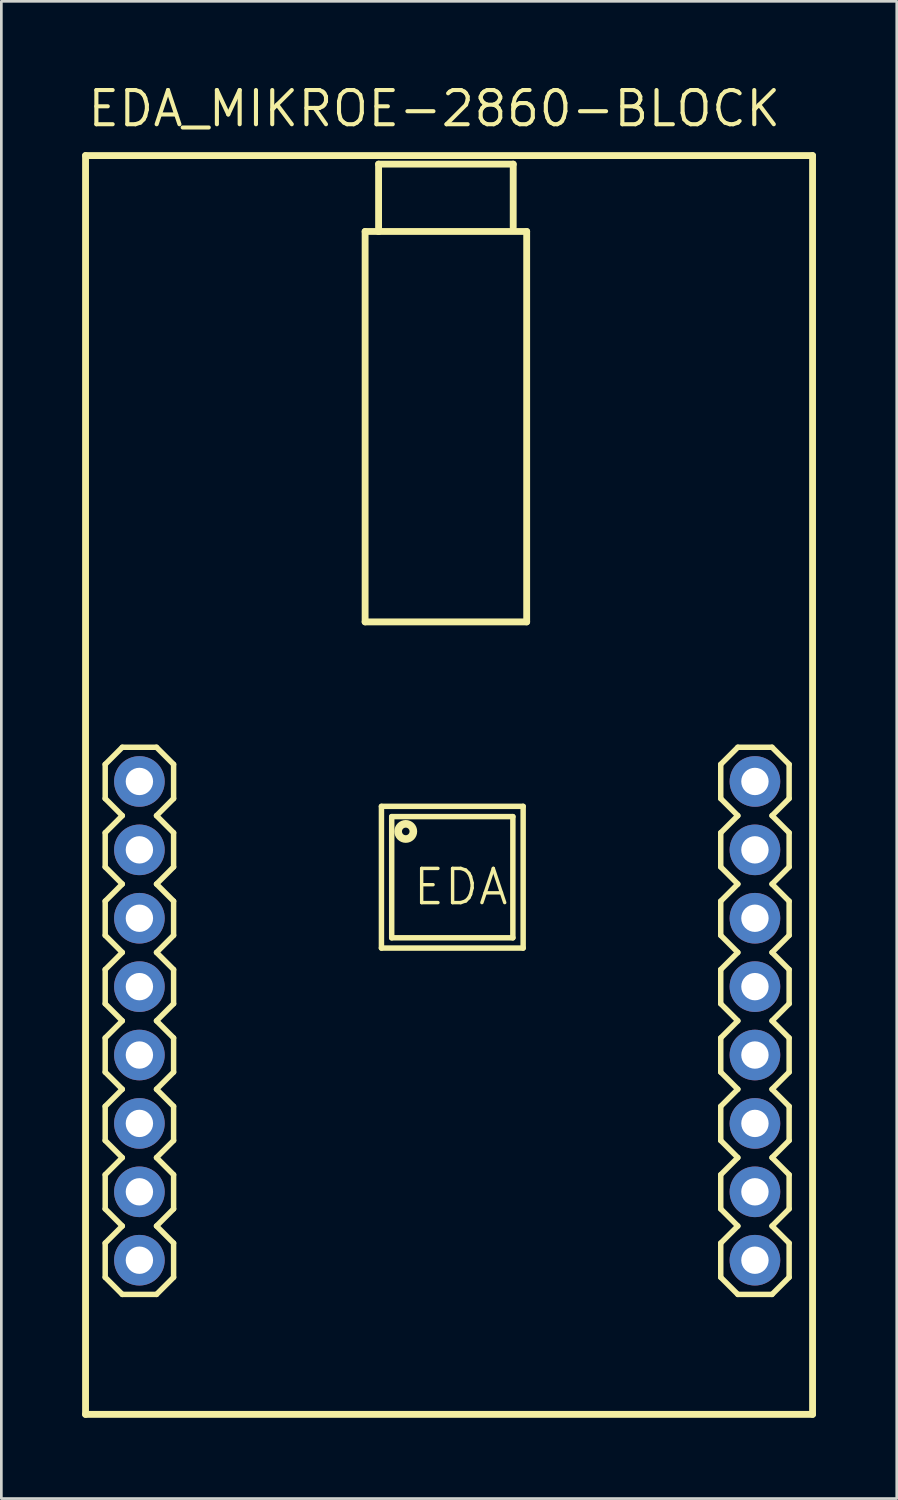
<source format=kicad_pcb>
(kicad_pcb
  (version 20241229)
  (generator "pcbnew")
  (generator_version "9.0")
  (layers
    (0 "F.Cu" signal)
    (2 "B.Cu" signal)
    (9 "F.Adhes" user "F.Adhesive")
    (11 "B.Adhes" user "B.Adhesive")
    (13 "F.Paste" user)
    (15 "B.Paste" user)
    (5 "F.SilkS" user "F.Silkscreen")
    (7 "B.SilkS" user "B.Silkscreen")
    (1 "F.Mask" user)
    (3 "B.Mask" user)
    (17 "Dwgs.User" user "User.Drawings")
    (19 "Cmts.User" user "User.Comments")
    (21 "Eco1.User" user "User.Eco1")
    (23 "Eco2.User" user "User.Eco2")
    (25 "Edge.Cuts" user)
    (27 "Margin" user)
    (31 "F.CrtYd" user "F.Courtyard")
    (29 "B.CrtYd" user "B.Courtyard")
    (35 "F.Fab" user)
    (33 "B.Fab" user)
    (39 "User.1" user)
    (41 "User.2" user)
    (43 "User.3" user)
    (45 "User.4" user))
  (footprint "EDA_MIKROE-2860-BLOCK"
    (layer "F.Cu")
    (at 2.127 43.727)
    (property "Reference" "EDA_MIKROE-2860-BLOCK" (at -2 -42 0) (layer "F.SilkS") (effects (font (size 1.27 1.27) (thickness 0.152)) (justify left bottom)))
    (attr through_hole)
    (fp_line (start -2 5.75) (end -2 -41) (stroke (width 0.254) (type solid)) (layer "F.SilkS"))
    (fp_line (start -2 5.75) (end 25 5.75) (stroke (width 0.254) (type solid)) (layer "F.SilkS"))
    (fp_line (start -1.27 -18.39) (end -0.635 -19.025) (stroke (width 0.203) (type solid)) (layer "F.SilkS"))
    (fp_line (start -1.27 -17.12) (end -1.27 -18.39) (stroke (width 0.203) (type solid)) (layer "F.SilkS"))
    (fp_line (start -1.27 -15.85) (end -0.635 -16.485) (stroke (width 0.203) (type solid)) (layer "F.SilkS"))
    (fp_line (start -1.27 -14.58) (end -1.27 -15.85) (stroke (width 0.203) (type solid)) (layer "F.SilkS"))
    (fp_line (start -1.27 -13.31) (end -0.635 -13.945) (stroke (width 0.203) (type solid)) (layer "F.SilkS"))
    (fp_line (start -1.27 -12.04) (end -1.27 -13.31) (stroke (width 0.203) (type solid)) (layer "F.SilkS"))
    (fp_line (start -1.27 -12.04) (end -0.635 -11.405) (stroke (width 0.203) (type solid)) (layer "F.SilkS"))
    (fp_line (start -1.27 -10.77) (end -0.635 -11.405) (stroke (width 0.203) (type solid)) (layer "F.SilkS"))
    (fp_line (start -1.27 -9.5) (end -1.27 -10.77) (stroke (width 0.203) (type solid)) (layer "F.SilkS"))
    (fp_line (start -1.27 -8.23) (end -0.635 -8.865) (stroke (width 0.203) (type solid)) (layer "F.SilkS"))
    (fp_line (start -1.27 -6.96) (end -1.27 -8.23) (stroke (width 0.203) (type solid)) (layer "F.SilkS"))
    (fp_line (start -1.27 -5.69) (end -0.635 -6.325) (stroke (width 0.203) (type solid)) (layer "F.SilkS"))
    (fp_line (start -1.27 -4.42) (end -1.27 -5.69) (stroke (width 0.203) (type solid)) (layer "F.SilkS"))
    (fp_line (start -1.27 -4.42) (end -0.635 -3.785) (stroke (width 0.203) (type solid)) (layer "F.SilkS"))
    (fp_line (start -1.27 -3.15) (end -0.635 -3.785) (stroke (width 0.203) (type solid)) (layer "F.SilkS"))
    (fp_line (start -1.27 -1.88) (end -1.27 -3.15) (stroke (width 0.203) (type solid)) (layer "F.SilkS"))
    (fp_line (start -1.27 -0.61) (end -0.635 -1.245) (stroke (width 0.203) (type solid)) (layer "F.SilkS"))
    (fp_line (start -1.27 0.66) (end -1.27 -0.61) (stroke (width 0.203) (type solid)) (layer "F.SilkS"))
    (fp_line (start -1.27 0.66) (end -0.635 1.295) (stroke (width 0.203) (type solid)) (layer "F.SilkS"))
    (fp_line (start -0.635 -19.025) (end 0.635 -19.025) (stroke (width 0.203) (type solid)) (layer "F.SilkS"))
    (fp_line (start -0.635 -16.485) (end -1.27 -17.12) (stroke (width 0.203) (type solid)) (layer "F.SilkS"))
    (fp_line (start -0.635 -13.945) (end -1.27 -14.58) (stroke (width 0.203) (type solid)) (layer "F.SilkS"))
    (fp_line (start -0.635 -8.865) (end -1.27 -9.5) (stroke (width 0.203) (type solid)) (layer "F.SilkS"))
    (fp_line (start -0.635 -6.325) (end -1.27 -6.96) (stroke (width 0.203) (type solid)) (layer "F.SilkS"))
    (fp_line (start -0.635 -1.245) (end -1.27 -1.88) (stroke (width 0.203) (type solid)) (layer "F.SilkS"))
    (fp_line (start -0.635 1.295) (end 0.635 1.295) (stroke (width 0.203) (type solid)) (layer "F.SilkS"))
    (fp_line (start 0.635 -19.025) (end 1.27 -18.39) (stroke (width 0.203) (type solid)) (layer "F.SilkS"))
    (fp_line (start 0.635 -16.485) (end 1.27 -15.85) (stroke (width 0.203) (type solid)) (layer "F.SilkS"))
    (fp_line (start 0.635 -13.945) (end 1.27 -13.31) (stroke (width 0.203) (type solid)) (layer "F.SilkS"))
    (fp_line (start 0.635 -11.405) (end 1.27 -12.04) (stroke (width 0.203) (type solid)) (layer "F.SilkS"))
    (fp_line (start 0.635 -11.405) (end 1.27 -10.77) (stroke (width 0.203) (type solid)) (layer "F.SilkS"))
    (fp_line (start 0.635 -8.865) (end 1.27 -8.23) (stroke (width 0.203) (type solid)) (layer "F.SilkS"))
    (fp_line (start 0.635 -6.325) (end 1.27 -5.69) (stroke (width 0.203) (type solid)) (layer "F.SilkS"))
    (fp_line (start 0.635 -3.785) (end 1.27 -4.42) (stroke (width 0.203) (type solid)) (layer "F.SilkS"))
    (fp_line (start 0.635 -3.785) (end 1.27 -3.15) (stroke (width 0.203) (type solid)) (layer "F.SilkS"))
    (fp_line (start 0.635 -1.245) (end 1.27 -0.61) (stroke (width 0.203) (type solid)) (layer "F.SilkS"))
    (fp_line (start 0.635 1.295) (end 1.27 0.66) (stroke (width 0.203) (type solid)) (layer "F.SilkS"))
    (fp_line (start 1.27 -18.39) (end 1.27 -17.12) (stroke (width 0.203) (type solid)) (layer "F.SilkS"))
    (fp_line (start 1.27 -17.12) (end 0.635 -16.485) (stroke (width 0.203) (type solid)) (layer "F.SilkS"))
    (fp_line (start 1.27 -15.85) (end 1.27 -14.58) (stroke (width 0.203) (type solid)) (layer "F.SilkS"))
    (fp_line (start 1.27 -14.58) (end 0.635 -13.945) (stroke (width 0.203) (type solid)) (layer "F.SilkS"))
    (fp_line (start 1.27 -13.31) (end 1.27 -12.04) (stroke (width 0.203) (type solid)) (layer "F.SilkS"))
    (fp_line (start 1.27 -10.77) (end 1.27 -9.5) (stroke (width 0.203) (type solid)) (layer "F.SilkS"))
    (fp_line (start 1.27 -9.5) (end 0.635 -8.865) (stroke (width 0.203) (type solid)) (layer "F.SilkS"))
    (fp_line (start 1.27 -8.23) (end 1.27 -6.96) (stroke (width 0.203) (type solid)) (layer "F.SilkS"))
    (fp_line (start 1.27 -6.96) (end 0.635 -6.325) (stroke (width 0.203) (type solid)) (layer "F.SilkS"))
    (fp_line (start 1.27 -5.69) (end 1.27 -4.42) (stroke (width 0.203) (type solid)) (layer "F.SilkS"))
    (fp_line (start 1.27 -3.15) (end 1.27 -1.88) (stroke (width 0.203) (type solid)) (layer "F.SilkS"))
    (fp_line (start 1.27 -1.88) (end 0.635 -1.245) (stroke (width 0.203) (type solid)) (layer "F.SilkS"))
    (fp_line (start 1.27 -0.61) (end 1.27 0.66) (stroke (width 0.203) (type solid)) (layer "F.SilkS"))
    (fp_line (start 8.383 -23.681) (end 8.383 -38.181) (stroke (width 0.254) (type solid)) (layer "F.SilkS"))
    (fp_line (start 8.883 -40.681) (end 8.883 -38.181) (stroke (width 0.254) (type solid)) (layer "F.SilkS"))
    (fp_line (start 8.883 -38.181) (end 8.383 -38.181) (stroke (width 0.254) (type solid)) (layer "F.SilkS"))
    (fp_line (start 8.989 -16.83) (end 8.989 -11.568) (stroke (width 0.203) (type solid)) (layer "F.SilkS"))
    (fp_line (start 8.989 -11.568) (end 14.252 -11.568) (stroke (width 0.203) (type solid)) (layer "F.SilkS"))
    (fp_line (start 9.37 -16.449) (end 9.37 -11.949) (stroke (width 0.203) (type solid)) (layer "F.SilkS"))
    (fp_line (start 9.37 -11.949) (end 13.87 -11.949) (stroke (width 0.203) (type solid)) (layer "F.SilkS"))
    (fp_line (start 13.87 -16.449) (end 9.37 -16.449) (stroke (width 0.203) (type solid)) (layer "F.SilkS"))
    (fp_line (start 13.87 -11.949) (end 13.87 -16.449) (stroke (width 0.203) (type solid)) (layer "F.SilkS"))
    (fp_line (start 13.883 -40.681) (end 8.883 -40.681) (stroke (width 0.254) (type solid)) (layer "F.SilkS"))
    (fp_line (start 13.883 -38.333) (end 13.883 -40.681) (stroke (width 0.254) (type solid)) (layer "F.SilkS"))
    (fp_line (start 14.252 -16.83) (end 8.989 -16.83) (stroke (width 0.203) (type solid)) (layer "F.SilkS"))
    (fp_line (start 14.252 -11.568) (end 14.252 -16.83) (stroke (width 0.203) (type solid)) (layer "F.SilkS"))
    (fp_line (start 14.383 -38.181) (end 8.883 -38.181) (stroke (width 0.254) (type solid)) (layer "F.SilkS"))
    (fp_line (start 14.383 -23.681) (end 8.383 -23.681) (stroke (width 0.254) (type solid)) (layer "F.SilkS"))
    (fp_line (start 14.383 -23.681) (end 14.383 -38.181) (stroke (width 0.254) (type solid)) (layer "F.SilkS"))
    (fp_line (start 21.59 -18.39) (end 22.225 -19.025) (stroke (width 0.203) (type solid)) (layer "F.SilkS"))
    (fp_line (start 21.59 -17.12) (end 21.59 -18.39) (stroke (width 0.203) (type solid)) (layer "F.SilkS"))
    (fp_line (start 21.59 -15.85) (end 22.225 -16.485) (stroke (width 0.203) (type solid)) (layer "F.SilkS"))
    (fp_line (start 21.59 -14.58) (end 21.59 -15.85) (stroke (width 0.203) (type solid)) (layer "F.SilkS"))
    (fp_line (start 21.59 -13.31) (end 22.225 -13.945) (stroke (width 0.203) (type solid)) (layer "F.SilkS"))
    (fp_line (start 21.59 -12.04) (end 21.59 -13.31) (stroke (width 0.203) (type solid)) (layer "F.SilkS"))
    (fp_line (start 21.59 -12.04) (end 22.225 -11.405) (stroke (width 0.203) (type solid)) (layer "F.SilkS"))
    (fp_line (start 21.59 -10.77) (end 22.225 -11.405) (stroke (width 0.203) (type solid)) (layer "F.SilkS"))
    (fp_line (start 21.59 -9.5) (end 21.59 -10.77) (stroke (width 0.203) (type solid)) (layer "F.SilkS"))
    (fp_line (start 21.59 -8.23) (end 22.225 -8.865) (stroke (width 0.203) (type solid)) (layer "F.SilkS"))
    (fp_line (start 21.59 -6.96) (end 21.59 -8.23) (stroke (width 0.203) (type solid)) (layer "F.SilkS"))
    (fp_line (start 21.59 -5.69) (end 22.225 -6.325) (stroke (width 0.203) (type solid)) (layer "F.SilkS"))
    (fp_line (start 21.59 -4.42) (end 21.59 -5.69) (stroke (width 0.203) (type solid)) (layer "F.SilkS"))
    (fp_line (start 21.59 -4.42) (end 22.225 -3.785) (stroke (width 0.203) (type solid)) (layer "F.SilkS"))
    (fp_line (start 21.59 -3.15) (end 22.225 -3.785) (stroke (width 0.203) (type solid)) (layer "F.SilkS"))
    (fp_line (start 21.59 -1.88) (end 21.59 -3.15) (stroke (width 0.203) (type solid)) (layer "F.SilkS"))
    (fp_line (start 21.59 -0.61) (end 22.225 -1.245) (stroke (width 0.203) (type solid)) (layer "F.SilkS"))
    (fp_line (start 21.59 0.66) (end 21.59 -0.61) (stroke (width 0.203) (type solid)) (layer "F.SilkS"))
    (fp_line (start 21.59 0.66) (end 22.225 1.295) (stroke (width 0.203) (type solid)) (layer "F.SilkS"))
    (fp_line (start 22.225 -19.025) (end 23.495 -19.025) (stroke (width 0.203) (type solid)) (layer "F.SilkS"))
    (fp_line (start 22.225 -16.485) (end 21.59 -17.12) (stroke (width 0.203) (type solid)) (layer "F.SilkS"))
    (fp_line (start 22.225 -13.945) (end 21.59 -14.58) (stroke (width 0.203) (type solid)) (layer "F.SilkS"))
    (fp_line (start 22.225 -8.865) (end 21.59 -9.5) (stroke (width 0.203) (type solid)) (layer "F.SilkS"))
    (fp_line (start 22.225 -6.325) (end 21.59 -6.96) (stroke (width 0.203) (type solid)) (layer "F.SilkS"))
    (fp_line (start 22.225 -1.245) (end 21.59 -1.88) (stroke (width 0.203) (type solid)) (layer "F.SilkS"))
    (fp_line (start 22.225 1.295) (end 23.495 1.295) (stroke (width 0.203) (type solid)) (layer "F.SilkS"))
    (fp_line (start 23.495 -19.025) (end 24.13 -18.39) (stroke (width 0.203) (type solid)) (layer "F.SilkS"))
    (fp_line (start 23.495 -16.485) (end 24.13 -15.85) (stroke (width 0.203) (type solid)) (layer "F.SilkS"))
    (fp_line (start 23.495 -13.945) (end 24.13 -13.31) (stroke (width 0.203) (type solid)) (layer "F.SilkS"))
    (fp_line (start 23.495 -11.405) (end 24.13 -12.04) (stroke (width 0.203) (type solid)) (layer "F.SilkS"))
    (fp_line (start 23.495 -11.405) (end 24.13 -10.77) (stroke (width 0.203) (type solid)) (layer "F.SilkS"))
    (fp_line (start 23.495 -8.865) (end 24.13 -8.23) (stroke (width 0.203) (type solid)) (layer "F.SilkS"))
    (fp_line (start 23.495 -6.325) (end 24.13 -5.69) (stroke (width 0.203) (type solid)) (layer "F.SilkS"))
    (fp_line (start 23.495 -3.785) (end 24.13 -4.42) (stroke (width 0.203) (type solid)) (layer "F.SilkS"))
    (fp_line (start 23.495 -3.785) (end 24.13 -3.15) (stroke (width 0.203) (type solid)) (layer "F.SilkS"))
    (fp_line (start 23.495 -1.245) (end 24.13 -0.61) (stroke (width 0.203) (type solid)) (layer "F.SilkS"))
    (fp_line (start 23.495 1.295) (end 24.13 0.66) (stroke (width 0.203) (type solid)) (layer "F.SilkS"))
    (fp_line (start 24.13 -18.39) (end 24.13 -17.12) (stroke (width 0.203) (type solid)) (layer "F.SilkS"))
    (fp_line (start 24.13 -17.12) (end 23.495 -16.485) (stroke (width 0.203) (type solid)) (layer "F.SilkS"))
    (fp_line (start 24.13 -15.85) (end 24.13 -14.58) (stroke (width 0.203) (type solid)) (layer "F.SilkS"))
    (fp_line (start 24.13 -14.58) (end 23.495 -13.945) (stroke (width 0.203) (type solid)) (layer "F.SilkS"))
    (fp_line (start 24.13 -13.31) (end 24.13 -12.04) (stroke (width 0.203) (type solid)) (layer "F.SilkS"))
    (fp_line (start 24.13 -10.77) (end 24.13 -9.5) (stroke (width 0.203) (type solid)) (layer "F.SilkS"))
    (fp_line (start 24.13 -9.5) (end 23.495 -8.865) (stroke (width 0.203) (type solid)) (layer "F.SilkS"))
    (fp_line (start 24.13 -8.23) (end 24.13 -6.96) (stroke (width 0.203) (type solid)) (layer "F.SilkS"))
    (fp_line (start 24.13 -6.96) (end 23.495 -6.325) (stroke (width 0.203) (type solid)) (layer "F.SilkS"))
    (fp_line (start 24.13 -5.69) (end 24.13 -4.42) (stroke (width 0.203) (type solid)) (layer "F.SilkS"))
    (fp_line (start 24.13 -3.15) (end 24.13 -1.88) (stroke (width 0.203) (type solid)) (layer "F.SilkS"))
    (fp_line (start 24.13 -1.88) (end 23.495 -1.245) (stroke (width 0.203) (type solid)) (layer "F.SilkS"))
    (fp_line (start 24.13 -0.61) (end 24.13 0.66) (stroke (width 0.203) (type solid)) (layer "F.SilkS"))
    (fp_line (start 25 -41) (end -2 -41) (stroke (width 0.254) (type solid)) (layer "F.SilkS"))
    (fp_line (start 25 5.75) (end 25 -41) (stroke (width 0.254) (type solid)) (layer "F.SilkS"))
    (fp_circle (center 9.892 -15.899) (end 10.033 -15.899) (stroke (width 0.283) (type solid)) (fill no) (layer "F.SilkS"))
    (fp_poly (pts (xy 0.254 -17.501) (xy 0.254 -18.009) (xy -0.254 -18.009) (xy -0.254 -17.501)) (stroke (width 0.1) (type solid)) (fill no) (layer "F.Fab"))
    (fp_poly (pts (xy 0.254 -14.961) (xy 0.254 -15.469) (xy -0.254 -15.469) (xy -0.254 -14.961)) (stroke (width 0.1) (type solid)) (fill no) (layer "F.Fab"))
    (fp_poly (pts (xy 0.254 -12.421) (xy 0.254 -12.929) (xy -0.254 -12.929) (xy -0.254 -12.421)) (stroke (width 0.1) (type solid)) (fill no) (layer "F.Fab"))
    (fp_poly (pts (xy 0.254 -9.881) (xy 0.254 -10.389) (xy -0.254 -10.389) (xy -0.254 -9.881)) (stroke (width 0.1) (type solid)) (fill no) (layer "F.Fab"))
    (fp_poly (pts (xy 0.254 -7.341) (xy 0.254 -7.849) (xy -0.254 -7.849) (xy -0.254 -7.341)) (stroke (width 0.1) (type solid)) (fill no) (layer "F.Fab"))
    (fp_poly (pts (xy 0.254 -4.801) (xy 0.254 -5.309) (xy -0.254 -5.309) (xy -0.254 -4.801)) (stroke (width 0.1) (type solid)) (fill no) (layer "F.Fab"))
    (fp_poly (pts (xy 0.254 -2.261) (xy 0.254 -2.769) (xy -0.254 -2.769) (xy -0.254 -2.261)) (stroke (width 0.1) (type solid)) (fill no) (layer "F.Fab"))
    (fp_poly (pts (xy 0.254 0.279) (xy 0.254 -0.229) (xy -0.254 -0.229) (xy -0.254 0.279)) (stroke (width 0.1) (type solid)) (fill no) (layer "F.Fab"))
    (fp_poly (pts (xy 23.114 -17.501) (xy 23.114 -18.009) (xy 22.606 -18.009) (xy 22.606 -17.501)) (stroke (width 0.1) (type solid)) (fill no) (layer "F.Fab"))
    (fp_poly (pts (xy 23.114 -14.961) (xy 23.114 -15.469) (xy 22.606 -15.469) (xy 22.606 -14.961)) (stroke (width 0.1) (type solid)) (fill no) (layer "F.Fab"))
    (fp_poly (pts (xy 23.114 -12.421) (xy 23.114 -12.929) (xy 22.606 -12.929) (xy 22.606 -12.421)) (stroke (width 0.1) (type solid)) (fill no) (layer "F.Fab"))
    (fp_poly (pts (xy 23.114 -9.881) (xy 23.114 -10.389) (xy 22.606 -10.389) (xy 22.606 -9.881)) (stroke (width 0.1) (type solid)) (fill no) (layer "F.Fab"))
    (fp_poly (pts (xy 23.114 -7.341) (xy 23.114 -7.849) (xy 22.606 -7.849) (xy 22.606 -7.341)) (stroke (width 0.1) (type solid)) (fill no) (layer "F.Fab"))
    (fp_poly (pts (xy 23.114 -4.801) (xy 23.114 -5.309) (xy 22.606 -5.309) (xy 22.606 -4.801)) (stroke (width 0.1) (type solid)) (fill no) (layer "F.Fab"))
    (fp_poly (pts (xy 23.114 -2.261) (xy 23.114 -2.769) (xy 22.606 -2.769) (xy 22.606 -2.261)) (stroke (width 0.1) (type solid)) (fill no) (layer "F.Fab"))
    (fp_poly (pts (xy 23.114 0.279) (xy 23.114 -0.229) (xy 22.606 -0.229) (xy 22.606 0.279)) (stroke (width 0.1) (type solid)) (fill no) (layer "F.Fab"))
    (fp_text user "EDA" (at 10.097 -14.58 0) (layer "F.SilkS") (effects (font (size 1.27 1.27) (thickness 0.127)) (justify left top)))
    (pad "1" thru_hole circle (at 0 -17.755 180) (size 1.88 1.88) (drill 1.016) (layers "*.Cu" "*.Mask"))
    (pad "2" thru_hole circle (at 0 -15.215 180) (size 1.88 1.88) (drill 1.016) (layers "*.Cu" "*.Mask"))
    (pad "3" thru_hole circle (at 0 -12.675 180) (size 1.88 1.88) (drill 1.016) (layers "*.Cu" "*.Mask"))
    (pad "4" thru_hole circle (at 0 -10.135 180) (size 1.88 1.88) (drill 1.016) (layers "*.Cu" "*.Mask"))
    (pad "5" thru_hole circle (at 0 -7.595 180) (size 1.88 1.88) (drill 1.016) (layers "*.Cu" "*.Mask"))
    (pad "6" thru_hole circle (at 0 -5.055 180) (size 1.88 1.88) (drill 1.016) (layers "*.Cu" "*.Mask"))
    (pad "7" thru_hole circle (at 0 -2.515 180) (size 1.88 1.88) (drill 1.016) (layers "*.Cu" "*.Mask"))
    (pad "8" thru_hole circle (at 0 0.025 180) (size 1.88 1.88) (drill 1.016) (layers "*.Cu" "*.Mask"))
    (pad "9" thru_hole circle (at 22.86 0.025 180) (size 1.88 1.88) (drill 1.016) (layers "*.Cu" "*.Mask"))
    (pad "10" thru_hole circle (at 22.86 -2.515 180) (size 1.88 1.88) (drill 1.016) (layers "*.Cu" "*.Mask"))
    (pad "11" thru_hole circle (at 22.86 -5.055 180) (size 1.88 1.88) (drill 1.016) (layers "*.Cu" "*.Mask"))
    (pad "12" thru_hole circle (at 22.86 -7.595 180) (size 1.88 1.88) (drill 1.016) (layers "*.Cu" "*.Mask"))
    (pad "13" thru_hole circle (at 22.86 -10.135 180) (size 1.88 1.88) (drill 1.016) (layers "*.Cu" "*.Mask"))
    (pad "14" thru_hole circle (at 22.86 -12.675 180) (size 1.88 1.88) (drill 1.016) (layers "*.Cu" "*.Mask"))
    (pad "15" thru_hole circle (at 22.86 -15.215 180) (size 1.88 1.88) (drill 1.016) (layers "*.Cu" "*.Mask"))
    (pad "16" thru_hole circle (at 22.86 -17.755 180) (size 1.88 1.88) (drill 1.016) (layers "*.Cu" "*.Mask")))
  (gr_rect
    (start -3 -3)
    (end 30.254 52.604)
    (stroke (width 0.1) (type default))
    (fill no)
    (layer "Edge.Cuts")))
</source>
